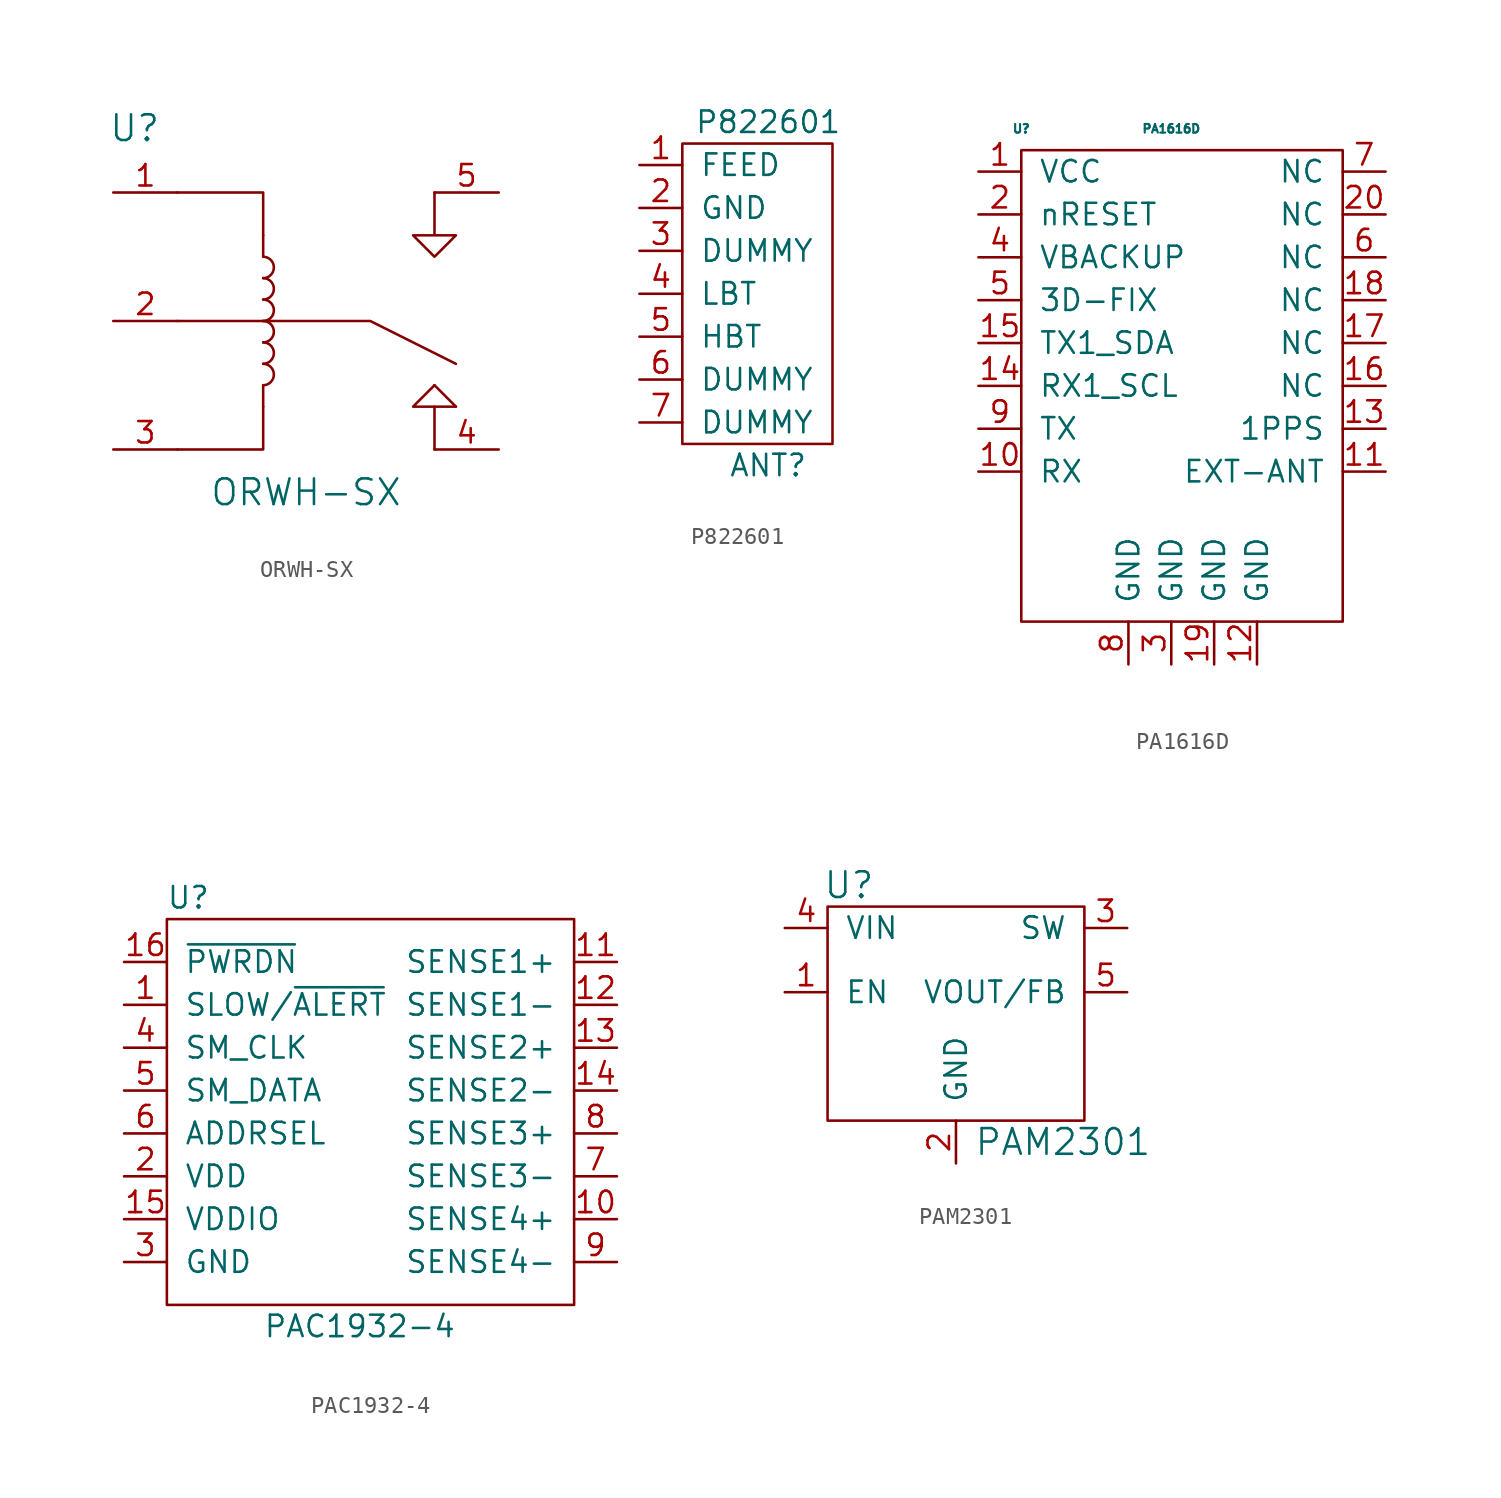
<source format=kicad_sym>
(kicad_symbol_lib
  (version 20211014)
  (generator kicad_symbol_editor)
  (symbol "ORWH-SX"
    (pin_names
      (offset 1.016))
    (property "Reference" "U"
      (at -10.16 11.43 0)
      (effects (font (size 1.524 1.524))))
    (property "Value" "ORWH-SX"
      (at 0 -10.16 0)
      (effects (font (size 1.524 1.524))))
    (property "Footprint" ""
      (at 0 0 0)
      (effects (font (size 1.524 1.524))))
    (property "Datasheet" ""
      (at 0 0 0)
      (effects (font (size 1.524 1.524))))
    (symbol "ORWH-SX_0_1"
      (rectangle (start -2.54 -5.08) (end -2.54 -3.81) (stroke (width 0) (type default) (color 0 0 0 0)) (fill (type none)))
      (arc (start -2.54 -3.81) (mid -1.905 -3.175) (end -2.54 -2.54) (stroke (width 0) (type default) (color 0 0 0 0)) (fill (type none)))
      (arc (start -2.54 -2.54) (mid -1.905 -1.905) (end -2.54 -1.27) (stroke (width 0) (type default) (color 0 0 0 0)) (fill (type none)))
      (arc (start -2.54 -1.27) (mid -1.905 -0.635) (end -2.54 0) (stroke (width 0) (type default) (color 0 0 0 0)) (fill (type none)))
      (arc (start -2.54 0) (mid -1.905 0.635) (end -2.54 1.27) (stroke (width 0) (type default) (color 0 0 0 0)) (fill (type none)))
      (arc (start -2.54 1.27) (mid -1.905 1.905) (end -2.54 2.54) (stroke (width 0) (type default) (color 0 0 0 0)) (fill (type none)))
      (arc (start -2.54 2.54) (mid -1.905 3.175) (end -2.54 3.81) (stroke (width 0) (type default) (color 0 0 0 0)) (fill (type none)))
      (rectangle (start -2.54 3.81) (end -2.54 5.08) (stroke (width 0) (type default) (color 0 0 0 0)) (fill (type none)))
      (polyline (pts (xy 7.62 -5.08) (xy 8.89 -5.08) (xy 8.89 -5.08)) (stroke (width 0) (type default) (color 0 0 0 0)) (fill (type none)))
      (polyline (pts (xy -7.62 -7.62) (xy -2.54 -7.62) (xy -2.54 -5.08) (xy -2.54 -5.08)) (stroke (width 0) (type default) (color 0 0 0 0)) (fill (type none)))
      (polyline (pts (xy -7.62 0) (xy 3.81 0) (xy 8.89 -2.54) (xy 8.89 -2.54)) (stroke (width 0) (type default) (color 0 0 0 0)) (fill (type none)))
      (polyline (pts (xy -7.62 7.62) (xy -2.54 7.62) (xy -2.54 5.08) (xy -2.54 5.08)) (stroke (width 0) (type default) (color 0 0 0 0)) (fill (type none)))
      (polyline (pts (xy 8.89 -5.08) (xy 7.62 -3.81) (xy 7.62 -3.81) (xy 7.62 -3.81)) (stroke (width 0) (type default) (color 0 0 0 0)) (fill (type none)))
      (polyline (pts (xy 7.62 -7.62) (xy 7.62 -5.08) (xy 6.35 -5.08) (xy 7.62 -3.81) (xy 7.62 -3.81)) (stroke (width 0) (type default) (color 0 0 0 0)) (fill (type none)))
      (polyline (pts (xy 7.62 7.62) (xy 7.62 5.08) (xy 6.35 5.08) (xy 7.62 3.81) (xy 8.89 5.08) (xy 7.62 5.08) (xy 7.62 5.08)) (stroke (width 0) (type default) (color 0 0 0 0)) (fill (type none))))
    (symbol "ORWH-SX_1_1"
      (pin passive line (at -11.43 7.62 0) (length 3.81) (name "~" (effects (font (size 1.27 1.27)))) (number "1" (effects (font (size 1.27 1.27)))))
      (pin passive line (at -11.43 0 0) (length 3.81) (name "~" (effects (font (size 1.27 1.27)))) (number "2" (effects (font (size 1.27 1.27)))))
      (pin passive line (at -11.43 -7.62 0) (length 3.81) (name "~" (effects (font (size 1.27 1.27)))) (number "3" (effects (font (size 1.27 1.27)))))
      (pin passive line (at 11.43 -7.62 180) (length 3.81) (name "~" (effects (font (size 1.27 1.27)))) (number "4" (effects (font (size 1.27 1.27)))))
      (pin passive line (at 11.43 7.62 180) (length 3.81) (name "~" (effects (font (size 1.27 1.27)))) (number "5" (effects (font (size 1.27 1.27)))))))
  (symbol "P822601"
    (pin_names
      (offset 1.016))
    (property "Reference" "ANT"
      (at 5.08 -22.86 0)
      (effects (font (size 1.27 1.27))))
    (property "Value" "P822601"
      (at 5.08 -2.54 0)
      (effects (font (size 1.27 1.27))))
    (symbol "P822601_0_1"
      (rectangle (start 0 -3.81) (end 8.89 -21.59) (stroke (width 0) (type default) (color 0 0 0 0)) (fill (type none))))
    (symbol "P822601_1_1"
      (pin passive line (at -2.54 -5.08 0) (length 2.54) (name "FEED" (effects (font (size 1.27 1.27)))) (number "1" (effects (font (size 1.27 1.27)))))
      (pin passive line (at -2.54 -7.62 0) (length 2.54) (name "GND" (effects (font (size 1.27 1.27)))) (number "2" (effects (font (size 1.27 1.27)))))
      (pin passive line (at -2.54 -10.16 0) (length 2.54) (name "DUMMY" (effects (font (size 1.27 1.27)))) (number "3" (effects (font (size 1.27 1.27)))))
      (pin passive line (at -2.54 -12.7 0) (length 2.54) (name "LBT" (effects (font (size 1.27 1.27)))) (number "4" (effects (font (size 1.27 1.27)))))
      (pin passive line (at -2.54 -15.24 0) (length 2.54) (name "HBT" (effects (font (size 1.27 1.27)))) (number "5" (effects (font (size 1.27 1.27)))))
      (pin passive line (at -2.54 -17.78 0) (length 2.54) (name "DUMMY" (effects (font (size 1.27 1.27)))) (number "6" (effects (font (size 1.27 1.27)))))
      (pin passive line (at -2.54 -20.32 0) (length 2.54) (name "DUMMY" (effects (font (size 1.27 1.27)))) (number "7" (effects (font (size 1.27 1.27)))))))
  (symbol "PA1616D"
    (pin_names
      (offset 1.016))
    (property "Reference" "U"
      (at -10.16 12.7 0)
      (effects (font (size 0.508 0.508))))
    (property "Value" "PA1616D"
      (at -1.27 12.7 0)
      (effects (font (size 0.508 0.508))))
    (symbol "PA1616D_0_1"
      (rectangle (start -10.16 11.43) (end 8.89 -16.51) (stroke (width 0) (type default) (color 0 0 0 0)) (fill (type none))))
    (symbol "PA1616D_1_1"
      (pin input line (at -12.7 10.16 0) (length 2.54) (name "VCC" (effects (font (size 1.27 1.27)))) (number "1" (effects (font (size 1.27 1.27)))))
      (pin input line (at -12.7 -7.62 0) (length 2.54) (name "RX" (effects (font (size 1.27 1.27)))) (number "10" (effects (font (size 1.27 1.27)))))
      (pin input line (at 11.43 -7.62 180) (length 2.54) (name "EXT-ANT" (effects (font (size 1.27 1.27)))) (number "11" (effects (font (size 1.27 1.27)))))
      (pin input line (at 3.81 -19.05 90) (length 2.54) (name "GND" (effects (font (size 1.27 1.27)))) (number "12" (effects (font (size 1.27 1.27)))))
      (pin input line (at 11.43 -5.08 180) (length 2.54) (name "1PPS" (effects (font (size 1.27 1.27)))) (number "13" (effects (font (size 1.27 1.27)))))
      (pin input line (at -12.7 -2.54 0) (length 2.54) (name "RX1_SCL" (effects (font (size 1.27 1.27)))) (number "14" (effects (font (size 1.27 1.27)))))
      (pin input line (at -12.7 0 0) (length 2.54) (name "TX1_SDA" (effects (font (size 1.27 1.27)))) (number "15" (effects (font (size 1.27 1.27)))))
      (pin input line (at 11.43 -2.54 180) (length 2.54) (name "NC" (effects (font (size 1.27 1.27)))) (number "16" (effects (font (size 1.27 1.27)))))
      (pin input line (at 11.43 0 180) (length 2.54) (name "NC" (effects (font (size 1.27 1.27)))) (number "17" (effects (font (size 1.27 1.27)))))
      (pin input line (at 11.43 2.54 180) (length 2.54) (name "NC" (effects (font (size 1.27 1.27)))) (number "18" (effects (font (size 1.27 1.27)))))
      (pin input line (at 1.27 -19.05 90) (length 2.54) (name "GND" (effects (font (size 1.27 1.27)))) (number "19" (effects (font (size 1.27 1.27)))))
      (pin input line (at -12.7 7.62 0) (length 2.54) (name "nRESET" (effects (font (size 1.27 1.27)))) (number "2" (effects (font (size 1.27 1.27)))))
      (pin input line (at 11.43 7.62 180) (length 2.54) (name "NC" (effects (font (size 1.27 1.27)))) (number "20" (effects (font (size 1.27 1.27)))))
      (pin input line (at -1.27 -19.05 90) (length 2.54) (name "GND" (effects (font (size 1.27 1.27)))) (number "3" (effects (font (size 1.27 1.27)))))
      (pin input line (at -12.7 5.08 0) (length 2.54) (name "VBACKUP" (effects (font (size 1.27 1.27)))) (number "4" (effects (font (size 1.27 1.27)))))
      (pin input line (at -12.7 2.54 0) (length 2.54) (name "3D-FIX" (effects (font (size 1.27 1.27)))) (number "5" (effects (font (size 1.27 1.27)))))
      (pin input line (at 11.43 5.08 180) (length 2.54) (name "NC" (effects (font (size 1.27 1.27)))) (number "6" (effects (font (size 1.27 1.27)))))
      (pin input line (at 11.43 10.16 180) (length 2.54) (name "NC" (effects (font (size 1.27 1.27)))) (number "7" (effects (font (size 1.27 1.27)))))
      (pin input line (at -3.81 -19.05 90) (length 2.54) (name "GND" (effects (font (size 1.27 1.27)))) (number "8" (effects (font (size 1.27 1.27)))))
      (pin input line (at -12.7 -5.08 0) (length 2.54) (name "TX" (effects (font (size 1.27 1.27)))) (number "9" (effects (font (size 1.27 1.27)))))))
  (symbol "PAC1932-4"
    (pin_names
      (offset 1.016))
    (property "Reference" "U"
      (at -31.75 -5.08 0)
      (effects (font (size 1.27 1.27))))
    (property "Value" "PAC1932-4"
      (at -21.59 -30.48 0)
      (effects (font (size 1.27 1.27))))
    (symbol "PAC1932-4_0_1"
      (rectangle (start -33.02 -6.35) (end -8.89 -29.21) (stroke (width 0) (type default) (color 0 0 0 0)) (fill (type none))))
    (symbol "PAC1932-4_1_1"
      (pin passive line (at -35.56 -11.43 0) (length 2.54) (name "SLOW/~{ALERT}" (effects (font (size 1.27 1.27)))) (number "1" (effects (font (size 1.27 1.27)))))
      (pin passive line (at -6.35 -24.13 180) (length 2.54) (name "SENSE4+" (effects (font (size 1.27 1.27)))) (number "10" (effects (font (size 1.27 1.27)))))
      (pin passive line (at -6.35 -8.89 180) (length 2.54) (name "SENSE1+" (effects (font (size 1.27 1.27)))) (number "11" (effects (font (size 1.27 1.27)))))
      (pin passive line (at -6.35 -11.43 180) (length 2.54) (name "SENSE1-" (effects (font (size 1.27 1.27)))) (number "12" (effects (font (size 1.27 1.27)))))
      (pin passive line (at -6.35 -13.97 180) (length 2.54) (name "SENSE2+" (effects (font (size 1.27 1.27)))) (number "13" (effects (font (size 1.27 1.27)))))
      (pin passive line (at -6.35 -16.51 180) (length 2.54) (name "SENSE2-" (effects (font (size 1.27 1.27)))) (number "14" (effects (font (size 1.27 1.27)))))
      (pin passive line (at -35.56 -24.13 0) (length 2.54) (name "VDDIO" (effects (font (size 1.27 1.27)))) (number "15" (effects (font (size 1.27 1.27)))))
      (pin passive line (at -35.56 -8.89 0) (length 2.54) (name "~{PWRDN}" (effects (font (size 1.27 1.27)))) (number "16" (effects (font (size 1.27 1.27)))))
      (pin passive line (at -35.56 -21.59 0) (length 2.54) (name "VDD" (effects (font (size 1.27 1.27)))) (number "2" (effects (font (size 1.27 1.27)))))
      (pin passive line (at -35.56 -26.67 0) (length 2.54) (name "GND" (effects (font (size 1.27 1.27)))) (number "3" (effects (font (size 1.27 1.27)))))
      (pin passive line (at -35.56 -13.97 0) (length 2.54) (name "SM_CLK" (effects (font (size 1.27 1.27)))) (number "4" (effects (font (size 1.27 1.27)))))
      (pin passive line (at -35.56 -16.51 0) (length 2.54) (name "SM_DATA" (effects (font (size 1.27 1.27)))) (number "5" (effects (font (size 1.27 1.27)))))
      (pin passive line (at -35.56 -19.05 0) (length 2.54) (name "ADDRSEL" (effects (font (size 1.27 1.27)))) (number "6" (effects (font (size 1.27 1.27)))))
      (pin passive line (at -6.35 -21.59 180) (length 2.54) (name "SENSE3-" (effects (font (size 1.27 1.27)))) (number "7" (effects (font (size 1.27 1.27)))))
      (pin passive line (at -6.35 -19.05 180) (length 2.54) (name "SENSE3+" (effects (font (size 1.27 1.27)))) (number "8" (effects (font (size 1.27 1.27)))))
      (pin passive line (at -6.35 -26.67 180) (length 2.54) (name "SENSE4-" (effects (font (size 1.27 1.27)))) (number "9" (effects (font (size 1.27 1.27)))))))
  (symbol "PAM2301"
    (pin_names
      (offset 1.016))
    (property "Reference" "U"
      (at -6.35 5.08 0)
      (effects (font (size 1.524 1.524))))
    (property "Value" "PAM2301"
      (at 6.35 -10.16 0)
      (effects (font (size 1.524 1.524))))
    (property "Footprint" ""
      (at 0 0 0)
      (effects (font (size 1.524 1.524))))
    (property "Datasheet" ""
      (at 0 0 0)
      (effects (font (size 1.524 1.524))))
    (symbol "PAM2301_0_1"
      (rectangle (start -7.62 3.81) (end 7.62 -8.89) (stroke (width 0) (type default) (color 0 0 0 0)) (fill (type none))))
    (symbol "PAM2301_1_1"
      (pin passive line (at -10.16 -1.27 0) (length 2.54) (name "EN" (effects (font (size 1.27 1.27)))) (number "1" (effects (font (size 1.27 1.27)))))
      (pin passive line (at 0 -11.43 90) (length 2.54) (name "GND" (effects (font (size 1.27 1.27)))) (number "2" (effects (font (size 1.27 1.27)))))
      (pin passive line (at 10.16 2.54 180) (length 2.54) (name "SW" (effects (font (size 1.27 1.27)))) (number "3" (effects (font (size 1.27 1.27)))))
      (pin passive line (at -10.16 2.54 0) (length 2.54) (name "VIN" (effects (font (size 1.27 1.27)))) (number "4" (effects (font (size 1.27 1.27)))))
      (pin passive line (at 10.16 -1.27 180) (length 2.54) (name "VOUT/FB" (effects (font (size 1.27 1.27)))) (number "5" (effects (font (size 1.27 1.27))))))))
</source>
